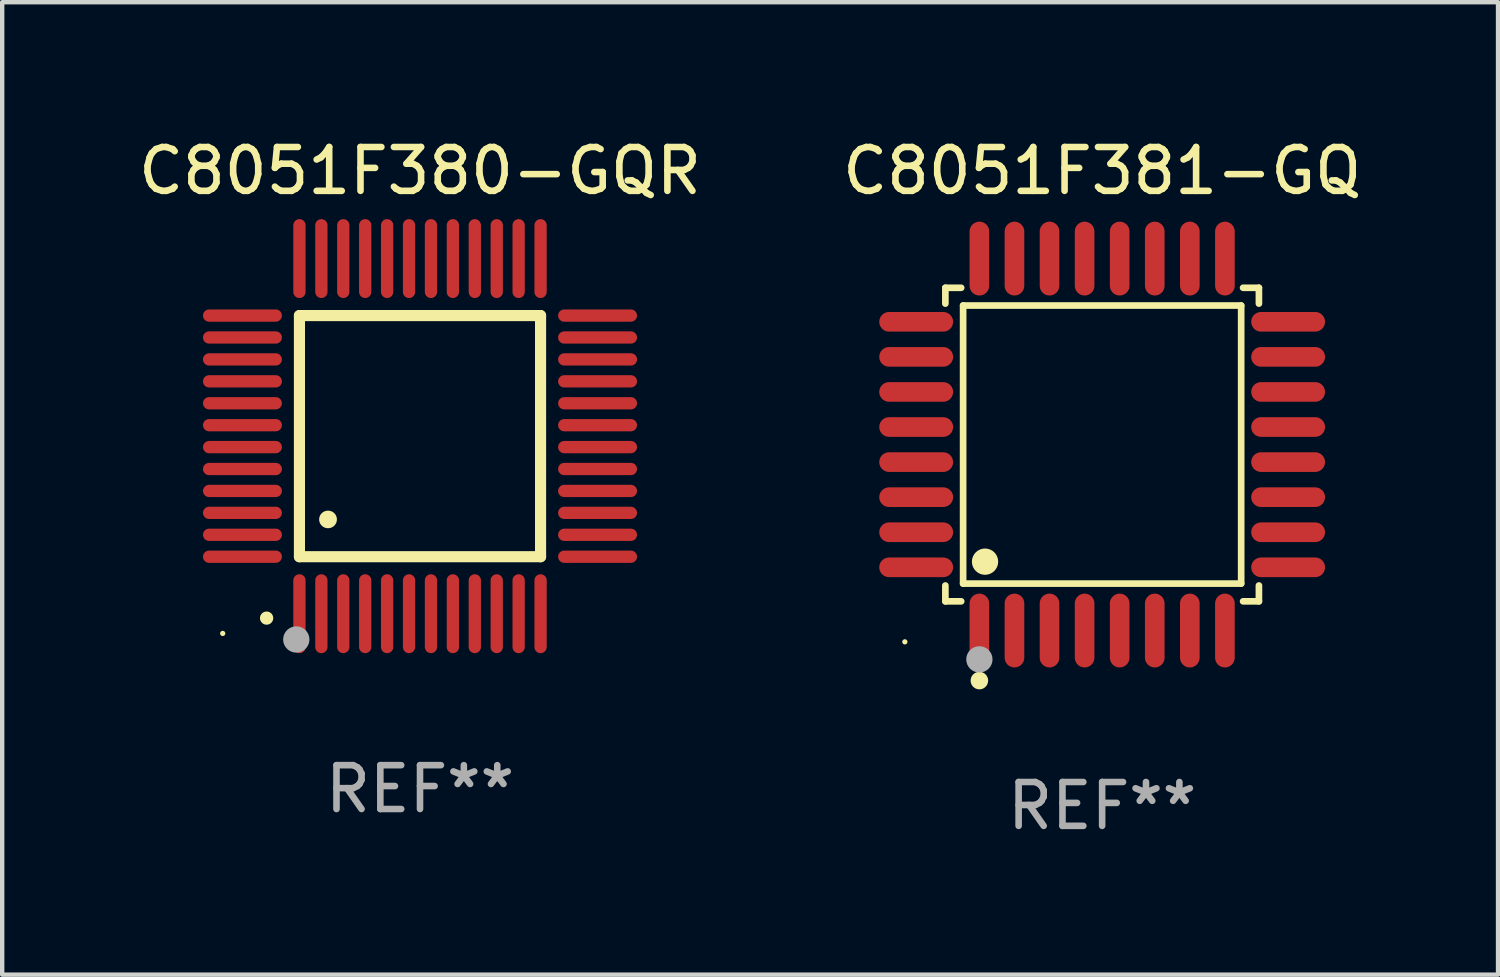
<source format=kicad_pcb>
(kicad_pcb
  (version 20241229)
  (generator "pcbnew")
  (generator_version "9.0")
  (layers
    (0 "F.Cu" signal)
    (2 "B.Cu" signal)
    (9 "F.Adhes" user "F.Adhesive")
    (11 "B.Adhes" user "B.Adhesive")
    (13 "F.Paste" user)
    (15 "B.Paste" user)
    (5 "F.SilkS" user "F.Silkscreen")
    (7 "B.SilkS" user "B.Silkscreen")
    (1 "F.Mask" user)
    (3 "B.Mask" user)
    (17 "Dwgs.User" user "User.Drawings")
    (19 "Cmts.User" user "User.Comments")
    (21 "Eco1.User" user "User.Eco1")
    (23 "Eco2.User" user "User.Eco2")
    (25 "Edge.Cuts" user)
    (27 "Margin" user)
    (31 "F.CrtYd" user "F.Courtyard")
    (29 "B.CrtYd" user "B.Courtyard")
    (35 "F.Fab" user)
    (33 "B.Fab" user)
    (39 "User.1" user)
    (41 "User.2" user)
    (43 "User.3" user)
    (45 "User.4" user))
  (footprint "C8051F380-GQR"
    (layer "F.Cu")
    (at 6.53 6.898)
    (property "Reference" "C8051F380-GQR" (at 0 -6.05 0) (layer "F.SilkS") (effects (font (size 1 1) (thickness 0.15))))
    (attr through_hole)
    (fp_line (start -2.75 -2.75) (end 2.75 -2.75) (stroke (width 0.254) (type solid)) (layer "F.SilkS"))
    (fp_line (start -2.75 2.75) (end -2.75 -2.75) (stroke (width 0.254) (type solid)) (layer "F.SilkS"))
    (fp_line (start 2.75 -2.75) (end 2.75 2.75) (stroke (width 0.254) (type solid)) (layer "F.SilkS"))
    (fp_line (start 2.75 2.75) (end -2.75 2.75) (stroke (width 0.254) (type solid)) (layer "F.SilkS"))
    (fp_arc (start -3.500127 4.150368) (mid -3.498857 4.150363) (end -3.497587 4.150368) (stroke (width 0.3) (type solid)) (layer "F.SilkS"))
    (fp_arc (start -2.100584 1.899924) (mid -2.098044 1.899908) (end -2.095504 1.899924) (stroke (width 0.4) (type solid)) (layer "F.SilkS"))
    (fp_circle (center -4.5 4.5) (end -4.47 4.5) (stroke (width 0.06) (type solid)) (fill no) (layer "F.SilkS"))
    (fp_circle (center -2.822 4.638) (end -2.672 4.638) (stroke (width 0.3) (type solid)) (fill no) (layer "F.Fab"))
    (fp_text user "REF**" (at 0 8.05 0) (layer "F.Fab") (effects (font (size 1 1) (thickness 0.15))))
    (pad "1" smd oval (at -2.75 4.05) (size 0.28 1.8) (layers "F.Cu" "F.Mask" "F.Paste"))
    (pad "2" smd oval (at -2.25 4.05) (size 0.28 1.8) (layers "F.Cu" "F.Mask" "F.Paste"))
    (pad "3" smd oval (at -1.75 4.05) (size 0.28 1.8) (layers "F.Cu" "F.Mask" "F.Paste"))
    (pad "4" smd oval (at -1.25 4.05) (size 0.28 1.8) (layers "F.Cu" "F.Mask" "F.Paste"))
    (pad "5" smd oval (at -0.75 4.05) (size 0.28 1.8) (layers "F.Cu" "F.Mask" "F.Paste"))
    (pad "6" smd oval (at -0.25 4.05) (size 0.28 1.8) (layers "F.Cu" "F.Mask" "F.Paste"))
    (pad "7" smd oval (at 0.25 4.05) (size 0.28 1.8) (layers "F.Cu" "F.Mask" "F.Paste"))
    (pad "8" smd oval (at 0.75 4.05) (size 0.28 1.8) (layers "F.Cu" "F.Mask" "F.Paste"))
    (pad "9" smd oval (at 1.25 4.05) (size 0.28 1.8) (layers "F.Cu" "F.Mask" "F.Paste"))
    (pad "10" smd oval (at 1.75 4.05) (size 0.28 1.8) (layers "F.Cu" "F.Mask" "F.Paste"))
    (pad "11" smd oval (at 2.25 4.05) (size 0.28 1.8) (layers "F.Cu" "F.Mask" "F.Paste"))
    (pad "12" smd oval (at 2.75 4.05) (size 0.28 1.8) (layers "F.Cu" "F.Mask" "F.Paste"))
    (pad "13" smd oval (at 4.05 2.75) (size 1.8 0.28) (layers "F.Cu" "F.Mask" "F.Paste"))
    (pad "14" smd oval (at 4.05 2.25) (size 1.8 0.28) (layers "F.Cu" "F.Mask" "F.Paste"))
    (pad "15" smd oval (at 4.05 1.75) (size 1.8 0.28) (layers "F.Cu" "F.Mask" "F.Paste"))
    (pad "16" smd oval (at 4.05 1.25) (size 1.8 0.28) (layers "F.Cu" "F.Mask" "F.Paste"))
    (pad "17" smd oval (at 4.05 0.75) (size 1.8 0.28) (layers "F.Cu" "F.Mask" "F.Paste"))
    (pad "18" smd oval (at 4.05 0.25) (size 1.8 0.28) (layers "F.Cu" "F.Mask" "F.Paste"))
    (pad "19" smd oval (at 4.05 -0.25) (size 1.8 0.28) (layers "F.Cu" "F.Mask" "F.Paste"))
    (pad "20" smd oval (at 4.05 -0.75) (size 1.8 0.28) (layers "F.Cu" "F.Mask" "F.Paste"))
    (pad "21" smd oval (at 4.05 -1.25) (size 1.8 0.28) (layers "F.Cu" "F.Mask" "F.Paste"))
    (pad "22" smd oval (at 4.05 -1.75) (size 1.8 0.28) (layers "F.Cu" "F.Mask" "F.Paste"))
    (pad "23" smd oval (at 4.05 -2.25) (size 1.8 0.28) (layers "F.Cu" "F.Mask" "F.Paste"))
    (pad "24" smd oval (at 4.05 -2.75) (size 1.8 0.28) (layers "F.Cu" "F.Mask" "F.Paste"))
    (pad "25" smd oval (at 2.75 -4.05) (size 0.28 1.8) (layers "F.Cu" "F.Mask" "F.Paste"))
    (pad "26" smd oval (at 2.25 -4.05) (size 0.28 1.8) (layers "F.Cu" "F.Mask" "F.Paste"))
    (pad "27" smd oval (at 1.75 -4.05) (size 0.28 1.8) (layers "F.Cu" "F.Mask" "F.Paste"))
    (pad "28" smd oval (at 1.25 -4.05) (size 0.28 1.8) (layers "F.Cu" "F.Mask" "F.Paste"))
    (pad "29" smd oval (at 0.75 -4.05) (size 0.28 1.8) (layers "F.Cu" "F.Mask" "F.Paste"))
    (pad "30" smd oval (at 0.25 -4.05) (size 0.28 1.8) (layers "F.Cu" "F.Mask" "F.Paste"))
    (pad "31" smd oval (at -0.25 -4.05) (size 0.28 1.8) (layers "F.Cu" "F.Mask" "F.Paste"))
    (pad "32" smd oval (at -0.75 -4.05) (size 0.28 1.8) (layers "F.Cu" "F.Mask" "F.Paste"))
    (pad "33" smd oval (at -1.25 -4.05) (size 0.28 1.8) (layers "F.Cu" "F.Mask" "F.Paste"))
    (pad "34" smd oval (at -1.75 -4.05) (size 0.28 1.8) (layers "F.Cu" "F.Mask" "F.Paste"))
    (pad "35" smd oval (at -2.25 -4.05) (size 0.28 1.8) (layers "F.Cu" "F.Mask" "F.Paste"))
    (pad "36" smd oval (at -2.75 -4.05) (size 0.28 1.8) (layers "F.Cu" "F.Mask" "F.Paste"))
    (pad "37" smd oval (at -4.05 -2.75) (size 1.8 0.28) (layers "F.Cu" "F.Mask" "F.Paste"))
    (pad "38" smd oval (at -4.05 -2.25) (size 1.8 0.28) (layers "F.Cu" "F.Mask" "F.Paste"))
    (pad "39" smd oval (at -4.05 -1.75) (size 1.8 0.28) (layers "F.Cu" "F.Mask" "F.Paste"))
    (pad "40" smd oval (at -4.05 -1.25) (size 1.8 0.28) (layers "F.Cu" "F.Mask" "F.Paste"))
    (pad "41" smd oval (at -4.05 -0.75) (size 1.8 0.28) (layers "F.Cu" "F.Mask" "F.Paste"))
    (pad "42" smd oval (at -4.05 -0.25) (size 1.8 0.28) (layers "F.Cu" "F.Mask" "F.Paste"))
    (pad "43" smd oval (at -4.05 0.25) (size 1.8 0.28) (layers "F.Cu" "F.Mask" "F.Paste"))
    (pad "44" smd oval (at -4.05 0.75) (size 1.8 0.28) (layers "F.Cu" "F.Mask" "F.Paste"))
    (pad "45" smd oval (at -4.05 1.25) (size 1.8 0.28) (layers "F.Cu" "F.Mask" "F.Paste"))
    (pad "46" smd oval (at -4.05 1.75) (size 1.8 0.28) (layers "F.Cu" "F.Mask" "F.Paste"))
    (pad "47" smd oval (at -4.05 2.25) (size 1.8 0.28) (layers "F.Cu" "F.Mask" "F.Paste"))
    (pad "48" smd oval (at -4.05 2.75) (size 1.8 0.28) (layers "F.Cu" "F.Mask" "F.Paste")))
  (footprint "C8051F381-GQ"
    (layer "F.Cu")
    (at 22.089 7.09)
    (property "Reference" "C8051F381-GQ" (at 0 -6.242 0) (layer "F.SilkS") (effects (font (size 1 1) (thickness 0.15))))
    (attr through_hole)
    (fp_line (start -3.576 -3.576) (end -3.215 -3.576) (stroke (width 0.152) (type solid)) (layer "F.SilkS"))
    (fp_line (start -3.576 -3.215) (end -3.576 -3.576) (stroke (width 0.152) (type solid)) (layer "F.SilkS"))
    (fp_line (start -3.576 3.215) (end -3.576 3.576) (stroke (width 0.152) (type solid)) (layer "F.SilkS"))
    (fp_line (start -3.576 3.576) (end -3.215 3.576) (stroke (width 0.152) (type solid)) (layer "F.SilkS"))
    (fp_line (start -3.171 -3.171) (end 3.171 -3.171) (stroke (width 0.152) (type solid)) (layer "F.SilkS"))
    (fp_line (start -3.171 3.171) (end -3.171 -3.171) (stroke (width 0.152) (type solid)) (layer "F.SilkS"))
    (fp_line (start 3.171 -3.171) (end 3.171 3.171) (stroke (width 0.152) (type solid)) (layer "F.SilkS"))
    (fp_line (start 3.171 3.171) (end -3.171 3.171) (stroke (width 0.152) (type solid)) (layer "F.SilkS"))
    (fp_line (start 3.576 -3.576) (end 3.215 -3.576) (stroke (width 0.152) (type solid)) (layer "F.SilkS"))
    (fp_line (start 3.576 -3.215) (end 3.576 -3.576) (stroke (width 0.152) (type solid)) (layer "F.SilkS"))
    (fp_line (start 3.576 3.215) (end 3.576 3.576) (stroke (width 0.152) (type solid)) (layer "F.SilkS"))
    (fp_line (start 3.576 3.576) (end 3.215 3.576) (stroke (width 0.152) (type solid)) (layer "F.SilkS"))
    (fp_circle (center -4.5 4.5) (end -4.47 4.5) (stroke (width 0.06) (type solid)) (fill no) (layer "F.SilkS"))
    (fp_circle (center -2.8 5.384) (end -2.7 5.384) (stroke (width 0.2) (type solid)) (fill no) (layer "F.SilkS"))
    (fp_circle (center -2.671 2.671) (end -2.521 2.671) (stroke (width 0.3) (type solid)) (fill no) (layer "F.SilkS"))
    (fp_circle (center -2.8 4.9) (end -2.65 4.9) (stroke (width 0.3) (type solid)) (fill no) (layer "F.Fab"))
    (fp_text user "REF**" (at 0 8.242 0) (layer "F.Fab") (effects (font (size 1 1) (thickness 0.15))))
    (pad "1" smd oval (at -2.8 4.242) (size 0.448 1.684) (layers "F.Cu" "F.Mask" "F.Paste"))
    (pad "2" smd oval (at -2 4.242) (size 0.448 1.684) (layers "F.Cu" "F.Mask" "F.Paste"))
    (pad "3" smd oval (at -1.2 4.242) (size 0.448 1.684) (layers "F.Cu" "F.Mask" "F.Paste"))
    (pad "4" smd oval (at -0.4 4.242) (size 0.448 1.684) (layers "F.Cu" "F.Mask" "F.Paste"))
    (pad "5" smd oval (at 0.4 4.242) (size 0.448 1.684) (layers "F.Cu" "F.Mask" "F.Paste"))
    (pad "6" smd oval (at 1.2 4.242) (size 0.448 1.684) (layers "F.Cu" "F.Mask" "F.Paste"))
    (pad "7" smd oval (at 2 4.242) (size 0.448 1.684) (layers "F.Cu" "F.Mask" "F.Paste"))
    (pad "8" smd oval (at 2.8 4.242) (size 0.448 1.684) (layers "F.Cu" "F.Mask" "F.Paste"))
    (pad "9" smd oval (at 4.242 2.8) (size 1.684 0.448) (layers "F.Cu" "F.Mask" "F.Paste"))
    (pad "10" smd oval (at 4.242 2) (size 1.684 0.448) (layers "F.Cu" "F.Mask" "F.Paste"))
    (pad "11" smd oval (at 4.242 1.2) (size 1.684 0.448) (layers "F.Cu" "F.Mask" "F.Paste"))
    (pad "12" smd oval (at 4.242 0.4) (size 1.684 0.448) (layers "F.Cu" "F.Mask" "F.Paste"))
    (pad "13" smd oval (at 4.242 -0.4) (size 1.684 0.448) (layers "F.Cu" "F.Mask" "F.Paste"))
    (pad "14" smd oval (at 4.242 -1.2) (size 1.684 0.448) (layers "F.Cu" "F.Mask" "F.Paste"))
    (pad "15" smd oval (at 4.242 -2) (size 1.684 0.448) (layers "F.Cu" "F.Mask" "F.Paste"))
    (pad "16" smd oval (at 4.242 -2.8) (size 1.684 0.448) (layers "F.Cu" "F.Mask" "F.Paste"))
    (pad "17" smd oval (at 2.8 -4.242) (size 0.448 1.684) (layers "F.Cu" "F.Mask" "F.Paste"))
    (pad "18" smd oval (at 2 -4.242) (size 0.448 1.684) (layers "F.Cu" "F.Mask" "F.Paste"))
    (pad "19" smd oval (at 1.2 -4.242) (size 0.448 1.684) (layers "F.Cu" "F.Mask" "F.Paste"))
    (pad "20" smd oval (at 0.4 -4.242) (size 0.448 1.684) (layers "F.Cu" "F.Mask" "F.Paste"))
    (pad "21" smd oval (at -0.4 -4.242) (size 0.448 1.684) (layers "F.Cu" "F.Mask" "F.Paste"))
    (pad "22" smd oval (at -1.2 -4.242) (size 0.448 1.684) (layers "F.Cu" "F.Mask" "F.Paste"))
    (pad "23" smd oval (at -2 -4.242) (size 0.448 1.684) (layers "F.Cu" "F.Mask" "F.Paste"))
    (pad "24" smd oval (at -2.8 -4.242) (size 0.448 1.684) (layers "F.Cu" "F.Mask" "F.Paste"))
    (pad "25" smd oval (at -4.242 -2.8) (size 1.684 0.448) (layers "F.Cu" "F.Mask" "F.Paste"))
    (pad "26" smd oval (at -4.242 -2) (size 1.684 0.448) (layers "F.Cu" "F.Mask" "F.Paste"))
    (pad "27" smd oval (at -4.242 -1.2) (size 1.684 0.448) (layers "F.Cu" "F.Mask" "F.Paste"))
    (pad "28" smd oval (at -4.242 -0.4) (size 1.684 0.448) (layers "F.Cu" "F.Mask" "F.Paste"))
    (pad "29" smd oval (at -4.242 0.4) (size 1.684 0.448) (layers "F.Cu" "F.Mask" "F.Paste"))
    (pad "30" smd oval (at -4.242 1.2) (size 1.684 0.448) (layers "F.Cu" "F.Mask" "F.Paste"))
    (pad "31" smd oval (at -4.242 2) (size 1.684 0.448) (layers "F.Cu" "F.Mask" "F.Paste"))
    (pad "32" smd oval (at -4.242 2.8) (size 1.684 0.448) (layers "F.Cu" "F.Mask" "F.Paste")))
  (gr_rect
    (start -3 -3)
    (end 31.119 19.181)
    (stroke (width 0.1) (type default))
    (fill no)
    (layer "Edge.Cuts")))
</source>
